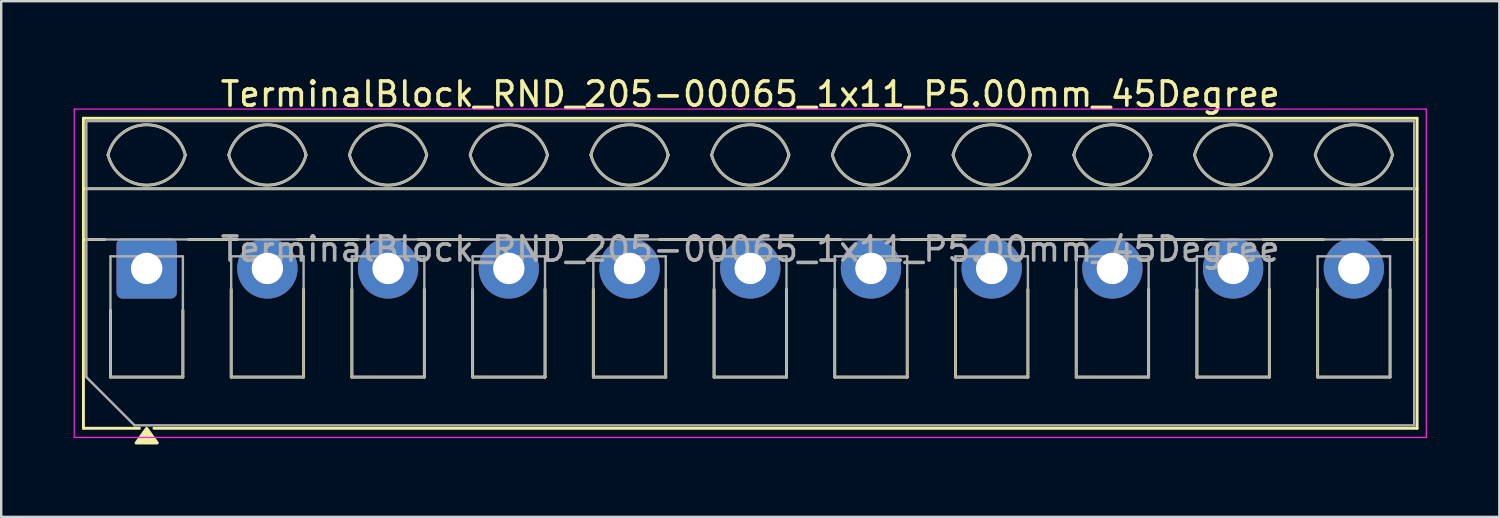
<source format=kicad_pcb>
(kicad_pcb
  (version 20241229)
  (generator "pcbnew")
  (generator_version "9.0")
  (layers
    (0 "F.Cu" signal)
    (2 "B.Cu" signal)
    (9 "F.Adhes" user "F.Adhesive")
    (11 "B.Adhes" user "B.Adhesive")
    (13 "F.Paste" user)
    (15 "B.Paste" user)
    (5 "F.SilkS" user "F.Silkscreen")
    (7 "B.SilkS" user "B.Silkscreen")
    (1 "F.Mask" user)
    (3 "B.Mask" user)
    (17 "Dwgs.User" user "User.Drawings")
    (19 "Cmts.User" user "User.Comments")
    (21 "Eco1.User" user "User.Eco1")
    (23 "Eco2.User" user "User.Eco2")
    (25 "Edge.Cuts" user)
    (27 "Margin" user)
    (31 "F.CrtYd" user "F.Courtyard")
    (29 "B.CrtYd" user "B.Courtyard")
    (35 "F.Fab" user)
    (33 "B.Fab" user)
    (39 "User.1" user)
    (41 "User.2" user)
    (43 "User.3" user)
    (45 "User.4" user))
  (footprint "TerminalBlock_RND_205-00065_1x11_P5.00mm_45Degree"
    (layer "F.Cu")
    (at 3.025 8.068)
    (property "Reference" "TerminalBlock_RND_205-00065_1x11_P5.00mm_45Degree" (at 25 -7.22 0) (layer "F.SilkS") (effects (font (size 1 1) (thickness 0.15))))
    (attr through_hole)
    (fp_line (start -2.62 -6.22) (end -2.62 6.62) (stroke (width 0.12) (type solid)) (layer "F.SilkS"))
    (fp_line (start -2.62 -6.22) (end 52.62 -6.22) (stroke (width 0.12) (type solid)) (layer "F.SilkS"))
    (fp_line (start -2.62 -3.3) (end 52.62 -3.3) (stroke (width 0.12) (type solid)) (layer "F.SilkS"))
    (fp_line (start -2.62 -1.2) (end -1.73 -1.2) (stroke (width 0.12) (type solid)) (layer "F.SilkS"))
    (fp_line (start -2.62 6.62) (end -0.3 6.62) (stroke (width 0.12) (type solid)) (layer "F.SilkS"))
    (fp_line (start -1.5 1.73) (end -1.5 4.5) (stroke (width 0.12) (type solid)) (layer "F.SilkS"))
    (fp_line (start -1.5 4.5) (end 1.5 4.5) (stroke (width 0.12) (type solid)) (layer "F.SilkS"))
    (fp_line (start 0.3 6.62) (end 52.62 6.62) (stroke (width 0.12) (type solid)) (layer "F.SilkS"))
    (fp_line (start 1.5 1.73) (end 1.5 4.5) (stroke (width 0.12) (type solid)) (layer "F.SilkS"))
    (fp_line (start 1.73 -1.2) (end 3.754 -1.2) (stroke (width 0.12) (type solid)) (layer "F.SilkS"))
    (fp_line (start 3.5 0.862) (end 3.5 4.5) (stroke (width 0.12) (type solid)) (layer "F.SilkS"))
    (fp_line (start 3.5 4.5) (end 6.5 4.5) (stroke (width 0.12) (type solid)) (layer "F.SilkS"))
    (fp_line (start 6.246 -1.2) (end 8.754 -1.2) (stroke (width 0.12) (type solid)) (layer "F.SilkS"))
    (fp_line (start 6.5 0.862) (end 6.5 4.5) (stroke (width 0.12) (type solid)) (layer "F.SilkS"))
    (fp_line (start 8.5 0.862) (end 8.5 4.5) (stroke (width 0.12) (type solid)) (layer "F.SilkS"))
    (fp_line (start 8.5 4.5) (end 11.5 4.5) (stroke (width 0.12) (type solid)) (layer "F.SilkS"))
    (fp_line (start 11.246 -1.2) (end 13.754 -1.2) (stroke (width 0.12) (type solid)) (layer "F.SilkS"))
    (fp_line (start 11.5 0.862) (end 11.5 4.5) (stroke (width 0.12) (type solid)) (layer "F.SilkS"))
    (fp_line (start 13.5 0.862) (end 13.5 4.5) (stroke (width 0.12) (type solid)) (layer "F.SilkS"))
    (fp_line (start 13.5 4.5) (end 16.5 4.5) (stroke (width 0.12) (type solid)) (layer "F.SilkS"))
    (fp_line (start 16.246 -1.2) (end 18.754 -1.2) (stroke (width 0.12) (type solid)) (layer "F.SilkS"))
    (fp_line (start 16.5 0.862) (end 16.5 4.5) (stroke (width 0.12) (type solid)) (layer "F.SilkS"))
    (fp_line (start 18.5 0.862) (end 18.5 4.5) (stroke (width 0.12) (type solid)) (layer "F.SilkS"))
    (fp_line (start 18.5 4.5) (end 21.5 4.5) (stroke (width 0.12) (type solid)) (layer "F.SilkS"))
    (fp_line (start 21.246 -1.2) (end 23.754 -1.2) (stroke (width 0.12) (type solid)) (layer "F.SilkS"))
    (fp_line (start 21.5 0.862) (end 21.5 4.5) (stroke (width 0.12) (type solid)) (layer "F.SilkS"))
    (fp_line (start 23.5 0.862) (end 23.5 4.5) (stroke (width 0.12) (type solid)) (layer "F.SilkS"))
    (fp_line (start 23.5 4.5) (end 26.5 4.5) (stroke (width 0.12) (type solid)) (layer "F.SilkS"))
    (fp_line (start 26.246 -1.2) (end 28.754 -1.2) (stroke (width 0.12) (type solid)) (layer "F.SilkS"))
    (fp_line (start 26.5 0.862) (end 26.5 4.5) (stroke (width 0.12) (type solid)) (layer "F.SilkS"))
    (fp_line (start 28.5 0.862) (end 28.5 4.5) (stroke (width 0.12) (type solid)) (layer "F.SilkS"))
    (fp_line (start 28.5 4.5) (end 31.5 4.5) (stroke (width 0.12) (type solid)) (layer "F.SilkS"))
    (fp_line (start 31.246 -1.2) (end 33.754 -1.2) (stroke (width 0.12) (type solid)) (layer "F.SilkS"))
    (fp_line (start 31.5 0.862) (end 31.5 4.5) (stroke (width 0.12) (type solid)) (layer "F.SilkS"))
    (fp_line (start 33.5 0.862) (end 33.5 4.5) (stroke (width 0.12) (type solid)) (layer "F.SilkS"))
    (fp_line (start 33.5 4.5) (end 36.5 4.5) (stroke (width 0.12) (type solid)) (layer "F.SilkS"))
    (fp_line (start 36.246 -1.2) (end 38.754 -1.2) (stroke (width 0.12) (type solid)) (layer "F.SilkS"))
    (fp_line (start 36.5 0.862) (end 36.5 4.5) (stroke (width 0.12) (type solid)) (layer "F.SilkS"))
    (fp_line (start 38.5 0.862) (end 38.5 4.5) (stroke (width 0.12) (type solid)) (layer "F.SilkS"))
    (fp_line (start 38.5 4.5) (end 41.5 4.5) (stroke (width 0.12) (type solid)) (layer "F.SilkS"))
    (fp_line (start 41.246 -1.2) (end 43.754 -1.2) (stroke (width 0.12) (type solid)) (layer "F.SilkS"))
    (fp_line (start 41.5 0.862) (end 41.5 4.5) (stroke (width 0.12) (type solid)) (layer "F.SilkS"))
    (fp_line (start 43.5 0.862) (end 43.5 4.5) (stroke (width 0.12) (type solid)) (layer "F.SilkS"))
    (fp_line (start 43.5 4.5) (end 46.5 4.5) (stroke (width 0.12) (type solid)) (layer "F.SilkS"))
    (fp_line (start 46.246 -1.2) (end 48.754 -1.2) (stroke (width 0.12) (type solid)) (layer "F.SilkS"))
    (fp_line (start 46.5 0.862) (end 46.5 4.5) (stroke (width 0.12) (type solid)) (layer "F.SilkS"))
    (fp_line (start 48.5 0.862) (end 48.5 4.5) (stroke (width 0.12) (type solid)) (layer "F.SilkS"))
    (fp_line (start 48.5 4.5) (end 51.5 4.5) (stroke (width 0.12) (type solid)) (layer "F.SilkS"))
    (fp_line (start 51.246 -1.2) (end 52.62 -1.2) (stroke (width 0.12) (type solid)) (layer "F.SilkS"))
    (fp_line (start 51.5 0.862) (end 51.5 4.5) (stroke (width 0.12) (type solid)) (layer "F.SilkS"))
    (fp_line (start 52.62 -6.22) (end 52.62 6.62) (stroke (width 0.12) (type solid)) (layer "F.SilkS"))
    (fp_arc (start -1.600031 -4.699875) (mid -0.000065 -5.95) (end 1.6 -4.7) (stroke (width 0.12) (type solid)) (layer "F.SilkS"))
    (fp_arc (start 1.6 -4.7) (mid -0.000065 -3.45) (end -1.600031 -4.700125) (stroke (width 0.12) (type solid)) (layer "F.SilkS"))
    (fp_arc (start 3.399969 -4.699875) (mid 4.999935 -5.95) (end 6.6 -4.7) (stroke (width 0.12) (type solid)) (layer "F.SilkS"))
    (fp_arc (start 6.6 -4.7) (mid 4.999935 -3.45) (end 3.399969 -4.700125) (stroke (width 0.12) (type solid)) (layer "F.SilkS"))
    (fp_arc (start 8.399969 -4.699875) (mid 9.999935 -5.95) (end 11.6 -4.7) (stroke (width 0.12) (type solid)) (layer "F.SilkS"))
    (fp_arc (start 11.6 -4.7) (mid 9.999935 -3.45) (end 8.399969 -4.700125) (stroke (width 0.12) (type solid)) (layer "F.SilkS"))
    (fp_arc (start 13.399969 -4.699875) (mid 14.999935 -5.95) (end 16.6 -4.7) (stroke (width 0.12) (type solid)) (layer "F.SilkS"))
    (fp_arc (start 16.6 -4.7) (mid 14.999935 -3.45) (end 13.399969 -4.700125) (stroke (width 0.12) (type solid)) (layer "F.SilkS"))
    (fp_arc (start 18.399969 -4.699875) (mid 19.999935 -5.95) (end 21.6 -4.7) (stroke (width 0.12) (type solid)) (layer "F.SilkS"))
    (fp_arc (start 21.6 -4.7) (mid 19.999935 -3.45) (end 18.399969 -4.700125) (stroke (width 0.12) (type solid)) (layer "F.SilkS"))
    (fp_arc (start 23.399969 -4.699875) (mid 24.999935 -5.95) (end 26.6 -4.7) (stroke (width 0.12) (type solid)) (layer "F.SilkS"))
    (fp_arc (start 26.6 -4.7) (mid 24.999935 -3.45) (end 23.399969 -4.700125) (stroke (width 0.12) (type solid)) (layer "F.SilkS"))
    (fp_arc (start 28.399969 -4.699875) (mid 29.999935 -5.95) (end 31.6 -4.7) (stroke (width 0.12) (type solid)) (layer "F.SilkS"))
    (fp_arc (start 31.6 -4.7) (mid 29.999935 -3.45) (end 28.399969 -4.700125) (stroke (width 0.12) (type solid)) (layer "F.SilkS"))
    (fp_arc (start 33.399969 -4.699875) (mid 34.999935 -5.95) (end 36.6 -4.7) (stroke (width 0.12) (type solid)) (layer "F.SilkS"))
    (fp_arc (start 36.6 -4.7) (mid 34.999935 -3.45) (end 33.399969 -4.700125) (stroke (width 0.12) (type solid)) (layer "F.SilkS"))
    (fp_arc (start 38.399969 -4.699875) (mid 39.999935 -5.95) (end 41.6 -4.7) (stroke (width 0.12) (type solid)) (layer "F.SilkS"))
    (fp_arc (start 41.6 -4.7) (mid 39.999935 -3.45) (end 38.399969 -4.700125) (stroke (width 0.12) (type solid)) (layer "F.SilkS"))
    (fp_arc (start 43.399969 -4.699875) (mid 44.999935 -5.95) (end 46.6 -4.7) (stroke (width 0.12) (type solid)) (layer "F.SilkS"))
    (fp_arc (start 46.6 -4.7) (mid 44.999935 -3.45) (end 43.399969 -4.700125) (stroke (width 0.12) (type solid)) (layer "F.SilkS"))
    (fp_arc (start 48.399969 -4.699875) (mid 49.999935 -5.95) (end 51.6 -4.7) (stroke (width 0.12) (type solid)) (layer "F.SilkS"))
    (fp_arc (start 51.6 -4.7) (mid 49.999935 -3.45) (end 48.399969 -4.700125) (stroke (width 0.12) (type solid)) (layer "F.SilkS"))
    (fp_poly (pts (xy 0 6.62) (xy 0.44 7.23) (xy -0.44 7.23)) (stroke (width 0.12) (type solid)) (fill yes) (layer "F.SilkS"))
    (fp_line (start -3 -6.6) (end -3 7) (stroke (width 0.05) (type solid)) (layer "F.CrtYd"))
    (fp_line (start -3 7) (end 53 7) (stroke (width 0.05) (type solid)) (layer "F.CrtYd"))
    (fp_line (start 53 -6.6) (end -3 -6.6) (stroke (width 0.05) (type solid)) (layer "F.CrtYd"))
    (fp_line (start 53 7) (end 53 -6.6) (stroke (width 0.05) (type solid)) (layer "F.CrtYd"))
    (fp_line (start -2.5 -6.1) (end 52.5 -6.1) (stroke (width 0.1) (type solid)) (layer "F.Fab"))
    (fp_line (start -2.5 -3.3) (end 52.5 -3.3) (stroke (width 0.1) (type solid)) (layer "F.Fab"))
    (fp_line (start -2.5 -1.2) (end 52.5 -1.2) (stroke (width 0.1) (type solid)) (layer "F.Fab"))
    (fp_line (start -2.5 4.5) (end -2.5 -6.1) (stroke (width 0.1) (type solid)) (layer "F.Fab"))
    (fp_line (start -1.5 -0.5) (end -1.5 4.5) (stroke (width 0.1) (type solid)) (layer "F.Fab"))
    (fp_line (start -1.5 4.5) (end 1.5 4.5) (stroke (width 0.1) (type solid)) (layer "F.Fab"))
    (fp_line (start -0.5 6.5) (end -2.5 4.5) (stroke (width 0.1) (type solid)) (layer "F.Fab"))
    (fp_line (start 1.5 -0.5) (end -1.5 -0.5) (stroke (width 0.1) (type solid)) (layer "F.Fab"))
    (fp_line (start 1.5 4.5) (end 1.5 -0.5) (stroke (width 0.1) (type solid)) (layer "F.Fab"))
    (fp_line (start 3.5 -0.5) (end 3.5 4.5) (stroke (width 0.1) (type solid)) (layer "F.Fab"))
    (fp_line (start 3.5 4.5) (end 6.5 4.5) (stroke (width 0.1) (type solid)) (layer "F.Fab"))
    (fp_line (start 6.5 -0.5) (end 3.5 -0.5) (stroke (width 0.1) (type solid)) (layer "F.Fab"))
    (fp_line (start 6.5 4.5) (end 6.5 -0.5) (stroke (width 0.1) (type solid)) (layer "F.Fab"))
    (fp_line (start 8.5 -0.5) (end 8.5 4.5) (stroke (width 0.1) (type solid)) (layer "F.Fab"))
    (fp_line (start 8.5 4.5) (end 11.5 4.5) (stroke (width 0.1) (type solid)) (layer "F.Fab"))
    (fp_line (start 11.5 -0.5) (end 8.5 -0.5) (stroke (width 0.1) (type solid)) (layer "F.Fab"))
    (fp_line (start 11.5 4.5) (end 11.5 -0.5) (stroke (width 0.1) (type solid)) (layer "F.Fab"))
    (fp_line (start 13.5 -0.5) (end 13.5 4.5) (stroke (width 0.1) (type solid)) (layer "F.Fab"))
    (fp_line (start 13.5 4.5) (end 16.5 4.5) (stroke (width 0.1) (type solid)) (layer "F.Fab"))
    (fp_line (start 16.5 -0.5) (end 13.5 -0.5) (stroke (width 0.1) (type solid)) (layer "F.Fab"))
    (fp_line (start 16.5 4.5) (end 16.5 -0.5) (stroke (width 0.1) (type solid)) (layer "F.Fab"))
    (fp_line (start 18.5 -0.5) (end 18.5 4.5) (stroke (width 0.1) (type solid)) (layer "F.Fab"))
    (fp_line (start 18.5 4.5) (end 21.5 4.5) (stroke (width 0.1) (type solid)) (layer "F.Fab"))
    (fp_line (start 21.5 -0.5) (end 18.5 -0.5) (stroke (width 0.1) (type solid)) (layer "F.Fab"))
    (fp_line (start 21.5 4.5) (end 21.5 -0.5) (stroke (width 0.1) (type solid)) (layer "F.Fab"))
    (fp_line (start 23.5 -0.5) (end 23.5 4.5) (stroke (width 0.1) (type solid)) (layer "F.Fab"))
    (fp_line (start 23.5 4.5) (end 26.5 4.5) (stroke (width 0.1) (type solid)) (layer "F.Fab"))
    (fp_line (start 26.5 -0.5) (end 23.5 -0.5) (stroke (width 0.1) (type solid)) (layer "F.Fab"))
    (fp_line (start 26.5 4.5) (end 26.5 -0.5) (stroke (width 0.1) (type solid)) (layer "F.Fab"))
    (fp_line (start 28.5 -0.5) (end 28.5 4.5) (stroke (width 0.1) (type solid)) (layer "F.Fab"))
    (fp_line (start 28.5 4.5) (end 31.5 4.5) (stroke (width 0.1) (type solid)) (layer "F.Fab"))
    (fp_line (start 31.5 -0.5) (end 28.5 -0.5) (stroke (width 0.1) (type solid)) (layer "F.Fab"))
    (fp_line (start 31.5 4.5) (end 31.5 -0.5) (stroke (width 0.1) (type solid)) (layer "F.Fab"))
    (fp_line (start 33.5 -0.5) (end 33.5 4.5) (stroke (width 0.1) (type solid)) (layer "F.Fab"))
    (fp_line (start 33.5 4.5) (end 36.5 4.5) (stroke (width 0.1) (type solid)) (layer "F.Fab"))
    (fp_line (start 36.5 -0.5) (end 33.5 -0.5) (stroke (width 0.1) (type solid)) (layer "F.Fab"))
    (fp_line (start 36.5 4.5) (end 36.5 -0.5) (stroke (width 0.1) (type solid)) (layer "F.Fab"))
    (fp_line (start 38.5 -0.5) (end 38.5 4.5) (stroke (width 0.1) (type solid)) (layer "F.Fab"))
    (fp_line (start 38.5 4.5) (end 41.5 4.5) (stroke (width 0.1) (type solid)) (layer "F.Fab"))
    (fp_line (start 41.5 -0.5) (end 38.5 -0.5) (stroke (width 0.1) (type solid)) (layer "F.Fab"))
    (fp_line (start 41.5 4.5) (end 41.5 -0.5) (stroke (width 0.1) (type solid)) (layer "F.Fab"))
    (fp_line (start 43.5 -0.5) (end 43.5 4.5) (stroke (width 0.1) (type solid)) (layer "F.Fab"))
    (fp_line (start 43.5 4.5) (end 46.5 4.5) (stroke (width 0.1) (type solid)) (layer "F.Fab"))
    (fp_line (start 46.5 -0.5) (end 43.5 -0.5) (stroke (width 0.1) (type solid)) (layer "F.Fab"))
    (fp_line (start 46.5 4.5) (end 46.5 -0.5) (stroke (width 0.1) (type solid)) (layer "F.Fab"))
    (fp_line (start 48.5 -0.5) (end 48.5 4.5) (stroke (width 0.1) (type solid)) (layer "F.Fab"))
    (fp_line (start 48.5 4.5) (end 51.5 4.5) (stroke (width 0.1) (type solid)) (layer "F.Fab"))
    (fp_line (start 51.5 -0.5) (end 48.5 -0.5) (stroke (width 0.1) (type solid)) (layer "F.Fab"))
    (fp_line (start 51.5 4.5) (end 51.5 -0.5) (stroke (width 0.1) (type solid)) (layer "F.Fab"))
    (fp_line (start 52.5 -6.1) (end 52.5 6.5) (stroke (width 0.1) (type solid)) (layer "F.Fab"))
    (fp_line (start 52.5 6.5) (end -0.5 6.5) (stroke (width 0.1) (type solid)) (layer "F.Fab"))
    (fp_arc (start -1.600914 -4.700344) (mid 0.000177 -5.95097) (end 1.601 -4.7) (stroke (width 0.1) (type solid)) (layer "F.Fab"))
    (fp_arc (start 1.6 -4.7) (mid -0.000065 -3.45) (end -1.600031 -4.700125) (stroke (width 0.1) (type solid)) (layer "F.Fab"))
    (fp_arc (start 3.399086 -4.700344) (mid 5.000177 -5.95097) (end 6.601 -4.7) (stroke (width 0.1) (type solid)) (layer "F.Fab"))
    (fp_arc (start 6.6 -4.7) (mid 4.999935 -3.45) (end 3.399969 -4.700125) (stroke (width 0.1) (type solid)) (layer "F.Fab"))
    (fp_arc (start 8.399086 -4.700344) (mid 10.000177 -5.95097) (end 11.601 -4.7) (stroke (width 0.1) (type solid)) (layer "F.Fab"))
    (fp_arc (start 11.6 -4.7) (mid 9.999935 -3.45) (end 8.399969 -4.700125) (stroke (width 0.1) (type solid)) (layer "F.Fab"))
    (fp_arc (start 13.399086 -4.700344) (mid 15.000177 -5.95097) (end 16.601 -4.7) (stroke (width 0.1) (type solid)) (layer "F.Fab"))
    (fp_arc (start 16.6 -4.7) (mid 14.999935 -3.45) (end 13.399969 -4.700125) (stroke (width 0.1) (type solid)) (layer "F.Fab"))
    (fp_arc (start 18.399086 -4.700344) (mid 20.000177 -5.95097) (end 21.601 -4.7) (stroke (width 0.1) (type solid)) (layer "F.Fab"))
    (fp_arc (start 21.6 -4.7) (mid 19.999935 -3.45) (end 18.399969 -4.700125) (stroke (width 0.1) (type solid)) (layer "F.Fab"))
    (fp_arc (start 23.399086 -4.700344) (mid 25.000177 -5.95097) (end 26.601 -4.7) (stroke (width 0.1) (type solid)) (layer "F.Fab"))
    (fp_arc (start 26.6 -4.7) (mid 24.999935 -3.45) (end 23.399969 -4.700125) (stroke (width 0.1) (type solid)) (layer "F.Fab"))
    (fp_arc (start 28.399086 -4.700344) (mid 30.000177 -5.95097) (end 31.601 -4.7) (stroke (width 0.1) (type solid)) (layer "F.Fab"))
    (fp_arc (start 31.6 -4.7) (mid 29.999935 -3.45) (end 28.399969 -4.700125) (stroke (width 0.1) (type solid)) (layer "F.Fab"))
    (fp_arc (start 33.399086 -4.700344) (mid 35.000177 -5.95097) (end 36.601 -4.7) (stroke (width 0.1) (type solid)) (layer "F.Fab"))
    (fp_arc (start 36.6 -4.7) (mid 34.999935 -3.45) (end 33.399969 -4.700125) (stroke (width 0.1) (type solid)) (layer "F.Fab"))
    (fp_arc (start 38.399086 -4.700344) (mid 40.000177 -5.95097) (end 41.601 -4.7) (stroke (width 0.1) (type solid)) (layer "F.Fab"))
    (fp_arc (start 41.6 -4.7) (mid 39.999935 -3.45) (end 38.399969 -4.700125) (stroke (width 0.1) (type solid)) (layer "F.Fab"))
    (fp_arc (start 43.399086 -4.700344) (mid 45.000177 -5.95097) (end 46.601 -4.7) (stroke (width 0.1) (type solid)) (layer "F.Fab"))
    (fp_arc (start 46.6 -4.7) (mid 44.999935 -3.45) (end 43.399969 -4.700125) (stroke (width 0.1) (type solid)) (layer "F.Fab"))
    (fp_arc (start 48.399086 -4.700344) (mid 50.000177 -5.95097) (end 51.601 -4.7) (stroke (width 0.1) (type solid)) (layer "F.Fab"))
    (fp_arc (start 51.6 -4.7) (mid 49.999935 -3.45) (end 48.399969 -4.700125) (stroke (width 0.1) (type solid)) (layer "F.Fab"))
    (fp_text user "${REFERENCE}" (at 25 -0.8 0) (layer "F.Fab") (effects (font (size 1 1) (thickness 0.15))))
    (pad "1" thru_hole roundrect (at 0 0) (size 2.5 2.5) (drill 1.3) (layers "*.Cu" "*.Mask") (roundrect_rratio 0.1))
    (pad "2" thru_hole circle (at 5 0) (size 2.5 2.5) (drill 1.3) (layers "*.Cu" "*.Mask"))
    (pad "3" thru_hole circle (at 10 0) (size 2.5 2.5) (drill 1.3) (layers "*.Cu" "*.Mask"))
    (pad "4" thru_hole circle (at 15 0) (size 2.5 2.5) (drill 1.3) (layers "*.Cu" "*.Mask"))
    (pad "5" thru_hole circle (at 20 0) (size 2.5 2.5) (drill 1.3) (layers "*.Cu" "*.Mask"))
    (pad "6" thru_hole circle (at 25 0) (size 2.5 2.5) (drill 1.3) (layers "*.Cu" "*.Mask"))
    (pad "7" thru_hole circle (at 30 0) (size 2.5 2.5) (drill 1.3) (layers "*.Cu" "*.Mask"))
    (pad "8" thru_hole circle (at 35 0) (size 2.5 2.5) (drill 1.3) (layers "*.Cu" "*.Mask"))
    (pad "9" thru_hole circle (at 40 0) (size 2.5 2.5) (drill 1.3) (layers "*.Cu" "*.Mask"))
    (pad "10" thru_hole circle (at 45 0) (size 2.5 2.5) (drill 1.3) (layers "*.Cu" "*.Mask"))
    (pad "11" thru_hole circle (at 50 0) (size 2.5 2.5) (drill 1.3) (layers "*.Cu" "*.Mask")))
  (gr_rect
    (start -3 -3)
    (end 59.05 18.358)
    (stroke (width 0.1) (type default))
    (fill no)
    (layer "Edge.Cuts")))
</source>
